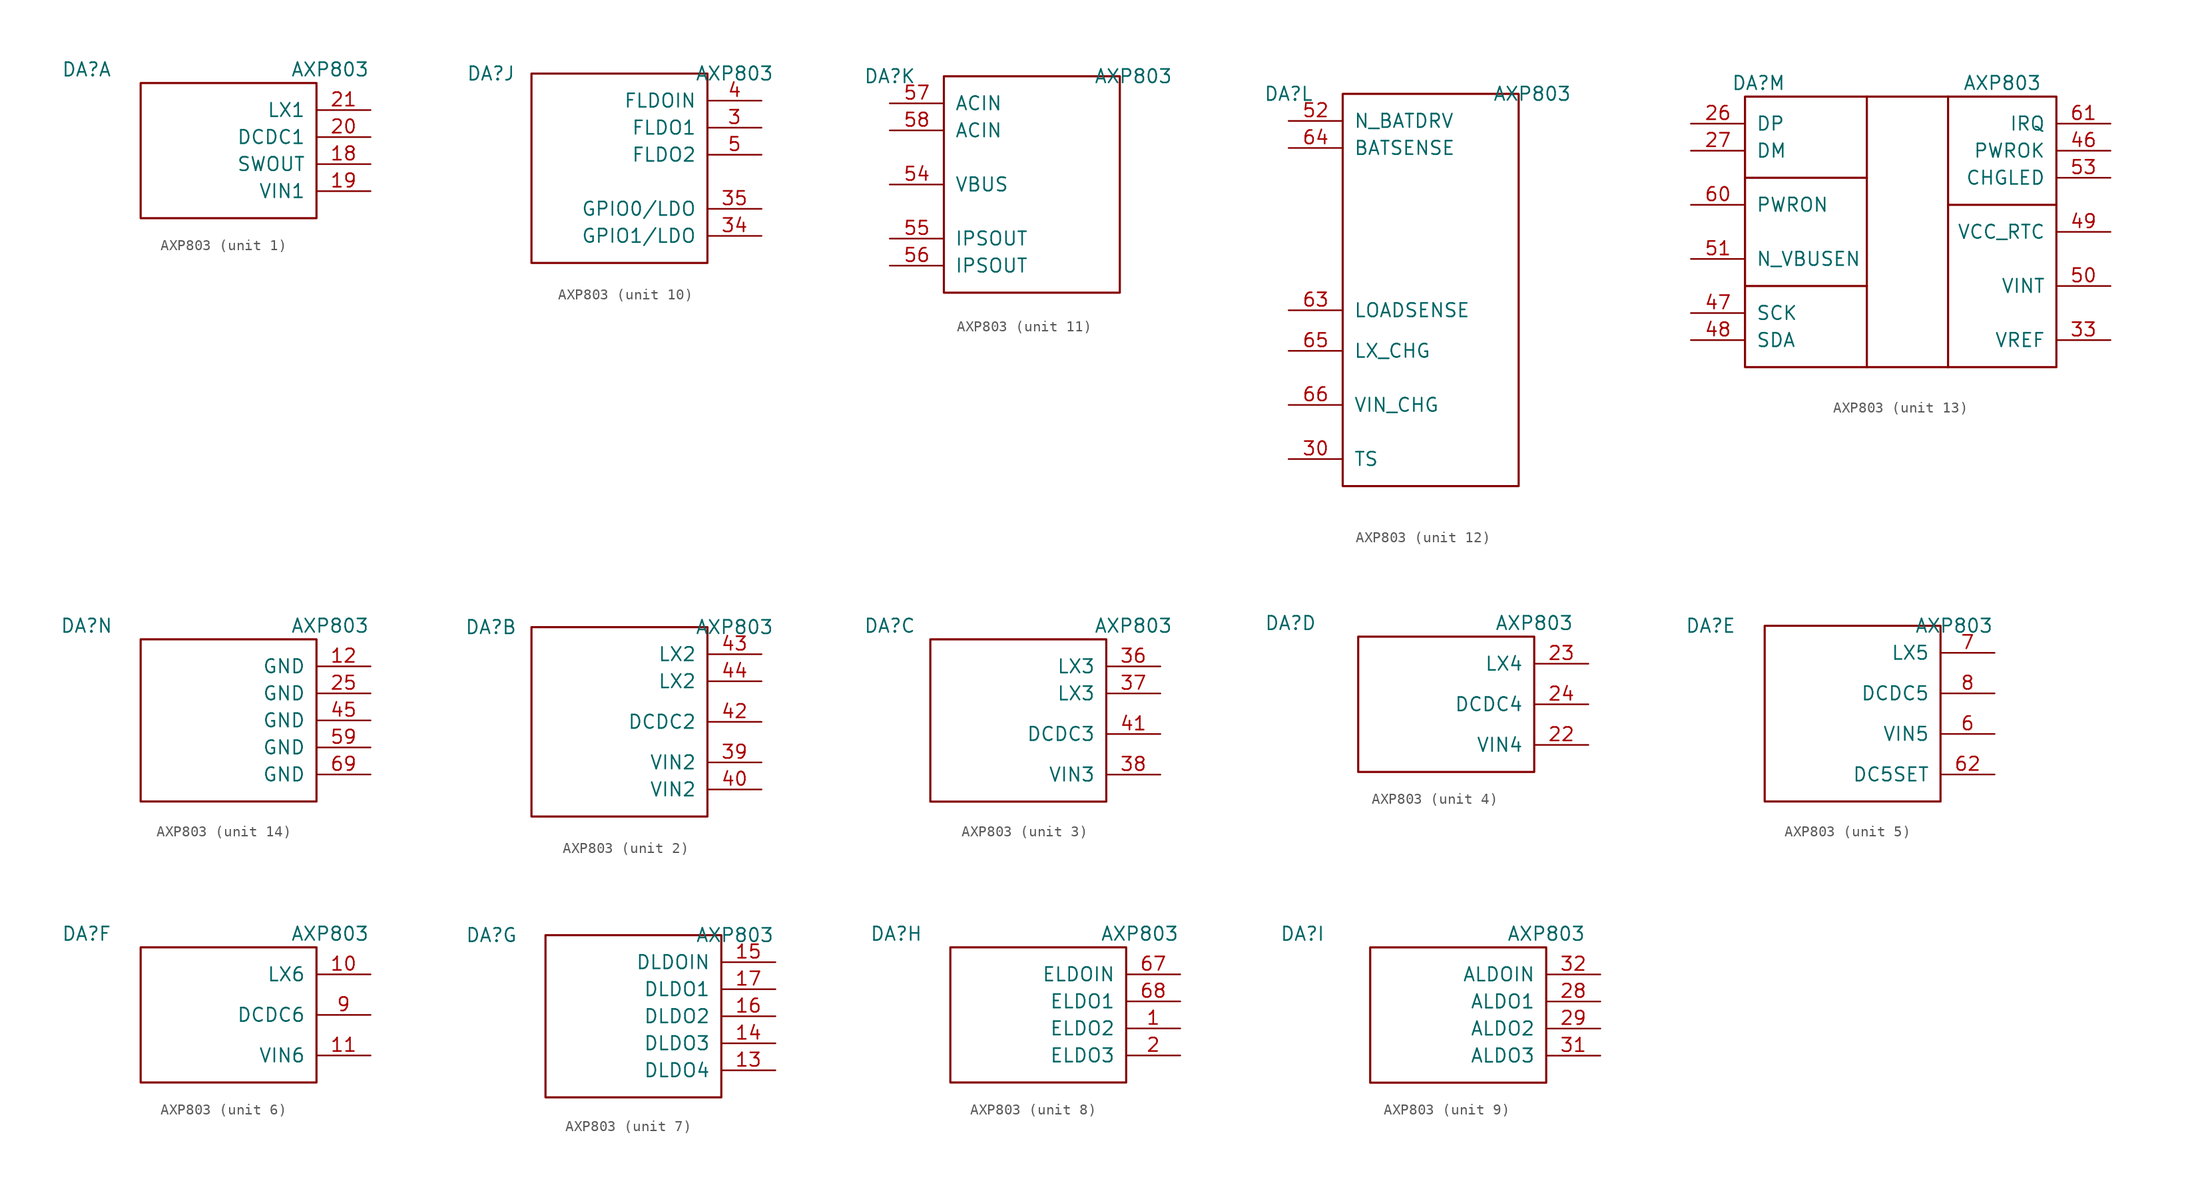
<source format=kicad_sym>
(kicad_symbol_lib
  (version 20231120)
  (generator "kicad_symbol_editor")
  (generator_version "8.0")
  (symbol "AXP803"
    (pin_names
      (offset 1.016))
    (property "Reference" "DA"
      (at -12.7 7.62 0)
      (effects (font (size 1.27 1.27))))
    (property "Value" "AXP803"
      (at 10.16 7.62 0)
      (effects (font (size 1.27 1.27))))
    (property "ki_locked" ""
      (at 0 0 0)
      (effects (font (size 1.27 1.27))))
    (symbol "AXP803_1_1"
      (rectangle (start -7.62 6.35) (end 8.89 -6.35) (stroke (width 0.2) (type default)) (fill (type none)))
      (pin passive line (at 13.97 -1.27 180) (length 5.08) (name "SWOUT" (effects (font (size 1.27 1.27)))) (number "18" (effects (font (size 1.27 1.27)))))
      (pin passive line (at 13.97 -3.81 180) (length 5.08) (name "VIN1" (effects (font (size 1.27 1.27)))) (number "19" (effects (font (size 1.27 1.27)))))
      (pin passive line (at 13.97 1.27 180) (length 5.08) (name "DCDC1" (effects (font (size 1.27 1.27)))) (number "20" (effects (font (size 1.27 1.27)))))
      (pin passive line (at 13.97 3.81 180) (length 5.08) (name "LX1" (effects (font (size 1.27 1.27)))) (number "21" (effects (font (size 1.27 1.27))))))
    (symbol "AXP803_2_1"
      (rectangle (start 7.62 7.62) (end -8.89 -10.16) (stroke (width 0.2) (type default)) (fill (type none)))
      (pin passive line (at 12.7 -5.08 180) (length 5.08) (name "VIN2" (effects (font (size 1.27 1.27)))) (number "39" (effects (font (size 1.27 1.27)))))
      (pin passive line (at 12.7 -7.62 180) (length 5.08) (name "VIN2" (effects (font (size 1.27 1.27)))) (number "40" (effects (font (size 1.27 1.27)))))
      (pin passive line (at 12.7 -1.27 180) (length 5.08) (name "DCDC2" (effects (font (size 1.27 1.27)))) (number "42" (effects (font (size 1.27 1.27)))))
      (pin passive line (at 12.7 5.08 180) (length 5.08) (name "LX2" (effects (font (size 1.27 1.27)))) (number "43" (effects (font (size 1.27 1.27)))))
      (pin passive line (at 12.7 2.54 180) (length 5.08) (name "LX2" (effects (font (size 1.27 1.27)))) (number "44" (effects (font (size 1.27 1.27))))))
    (symbol "AXP803_3_1"
      (rectangle (start -8.89 6.35) (end 7.62 -8.89) (stroke (width 0.2) (type default)) (fill (type none)))
      (pin passive line (at 12.7 3.81 180) (length 5.08) (name "LX3" (effects (font (size 1.27 1.27)))) (number "36" (effects (font (size 1.27 1.27)))))
      (pin passive line (at 12.7 1.27 180) (length 5.08) (name "LX3" (effects (font (size 1.27 1.27)))) (number "37" (effects (font (size 1.27 1.27)))))
      (pin passive line (at 12.7 -6.35 180) (length 5.08) (name "VIN3" (effects (font (size 1.27 1.27)))) (number "38" (effects (font (size 1.27 1.27)))))
      (pin passive line (at 12.7 -2.54 180) (length 5.08) (name "DCDC3" (effects (font (size 1.27 1.27)))) (number "41" (effects (font (size 1.27 1.27))))))
    (symbol "AXP803_4_1"
      (rectangle (start -6.35 6.35) (end 10.16 -6.35) (stroke (width 0.2) (type default)) (fill (type none)))
      (pin passive line (at 15.24 -3.81 180) (length 5.08) (name "VIN4" (effects (font (size 1.27 1.27)))) (number "22" (effects (font (size 1.27 1.27)))))
      (pin passive line (at 15.24 3.81 180) (length 5.08) (name "LX4" (effects (font (size 1.27 1.27)))) (number "23" (effects (font (size 1.27 1.27)))))
      (pin passive line (at 15.24 0 180) (length 5.08) (name "DCDC4" (effects (font (size 1.27 1.27)))) (number "24" (effects (font (size 1.27 1.27))))))
    (symbol "AXP803_5_1"
      (rectangle (start 8.89 7.62) (end -7.62 -8.89) (stroke (width 0.2) (type default)) (fill (type none)))
      (pin passive line (at 13.97 -2.54 180) (length 5.08) (name "VIN5" (effects (font (size 1.27 1.27)))) (number "6" (effects (font (size 1.27 1.27)))))
      (pin passive line (at 13.97 -6.35 180) (length 5.08) (name "DC5SET" (effects (font (size 1.27 1.27)))) (number "62" (effects (font (size 1.27 1.27)))))
      (pin passive line (at 13.97 5.08 180) (length 5.08) (name "LX5" (effects (font (size 1.27 1.27)))) (number "7" (effects (font (size 1.27 1.27)))))
      (pin passive line (at 13.97 1.27 180) (length 5.08) (name "DCDC5" (effects (font (size 1.27 1.27)))) (number "8" (effects (font (size 1.27 1.27))))))
    (symbol "AXP803_6_1"
      (rectangle (start 8.89 6.35) (end -7.62 -6.35) (stroke (width 0.2) (type default)) (fill (type none)))
      (pin passive line (at 13.97 3.81 180) (length 5.08) (name "LX6" (effects (font (size 1.27 1.27)))) (number "10" (effects (font (size 1.27 1.27)))))
      (pin passive line (at 13.97 -3.81 180) (length 5.08) (name "VIN6" (effects (font (size 1.27 1.27)))) (number "11" (effects (font (size 1.27 1.27)))))
      (pin passive line (at 13.97 0 180) (length 5.08) (name "DCDC6" (effects (font (size 1.27 1.27)))) (number "9" (effects (font (size 1.27 1.27))))))
    (symbol "AXP803_7_1"
      (rectangle (start -7.62 7.62) (end 8.89 -7.62) (stroke (width 0.2) (type default)) (fill (type none)))
      (pin passive line (at 13.97 -5.08 180) (length 5.08) (name "DLDO4" (effects (font (size 1.27 1.27)))) (number "13" (effects (font (size 1.27 1.27)))))
      (pin passive line (at 13.97 -2.54 180) (length 5.08) (name "DLDO3" (effects (font (size 1.27 1.27)))) (number "14" (effects (font (size 1.27 1.27)))))
      (pin passive line (at 13.97 5.08 180) (length 5.08) (name "DLDOIN" (effects (font (size 1.27 1.27)))) (number "15" (effects (font (size 1.27 1.27)))))
      (pin passive line (at 13.97 0 180) (length 5.08) (name "DLDO2" (effects (font (size 1.27 1.27)))) (number "16" (effects (font (size 1.27 1.27)))))
      (pin passive line (at 13.97 2.54 180) (length 5.08) (name "DLDO1" (effects (font (size 1.27 1.27)))) (number "17" (effects (font (size 1.27 1.27))))))
    (symbol "AXP803_8_1"
      (rectangle (start 8.89 6.35) (end -7.62 -6.35) (stroke (width 0.2) (type default)) (fill (type none)))
      (pin passive line (at 13.97 -1.27 180) (length 5.08) (name "ELDO2" (effects (font (size 1.27 1.27)))) (number "1" (effects (font (size 1.27 1.27)))))
      (pin passive line (at 13.97 -3.81 180) (length 5.08) (name "ELDO3" (effects (font (size 1.27 1.27)))) (number "2" (effects (font (size 1.27 1.27)))))
      (pin passive line (at 13.97 3.81 180) (length 5.08) (name "ELDOIN" (effects (font (size 1.27 1.27)))) (number "67" (effects (font (size 1.27 1.27)))))
      (pin passive line (at 13.97 1.27 180) (length 5.08) (name "ELDO1" (effects (font (size 1.27 1.27)))) (number "68" (effects (font (size 1.27 1.27))))))
    (symbol "AXP803_9_1"
      (rectangle (start -6.35 6.35) (end 10.16 -6.35) (stroke (width 0.2) (type default)) (fill (type none)))
      (pin passive line (at 15.24 1.27 180) (length 5.08) (name "ALDO1" (effects (font (size 1.27 1.27)))) (number "28" (effects (font (size 1.27 1.27)))))
      (pin passive line (at 15.24 -1.27 180) (length 5.08) (name "ALDO2" (effects (font (size 1.27 1.27)))) (number "29" (effects (font (size 1.27 1.27)))))
      (pin passive line (at 15.24 -3.81 180) (length 5.08) (name "ALDO3" (effects (font (size 1.27 1.27)))) (number "31" (effects (font (size 1.27 1.27)))))
      (pin passive line (at 15.24 3.81 180) (length 5.08) (name "ALDOIN" (effects (font (size 1.27 1.27)))) (number "32" (effects (font (size 1.27 1.27))))))
    (symbol "AXP803_10_1"
      (rectangle (start -8.89 7.62) (end 7.62 -10.16) (stroke (width 0.2) (type default)) (fill (type none)))
      (pin passive line (at 12.7 2.54 180) (length 5.08) (name "FLDO1" (effects (font (size 1.27 1.27)))) (number "3" (effects (font (size 1.27 1.27)))))
      (pin passive line (at 12.7 -7.62 180) (length 5.08) (name "GPIO1/LDO" (effects (font (size 1.27 1.27)))) (number "34" (effects (font (size 1.27 1.27)))))
      (pin passive line (at 12.7 -5.08 180) (length 5.08) (name "GPIO0/LDO" (effects (font (size 1.27 1.27)))) (number "35" (effects (font (size 1.27 1.27)))))
      (pin passive line (at 12.7 5.08 180) (length 5.08) (name "FLDOIN" (effects (font (size 1.27 1.27)))) (number "4" (effects (font (size 1.27 1.27)))))
      (pin passive line (at 12.7 0 180) (length 5.08) (name "FLDO2" (effects (font (size 1.27 1.27)))) (number "5" (effects (font (size 1.27 1.27))))))
    (symbol "AXP803_11_1"
      (rectangle (start -7.62 7.62) (end 8.89 -12.7) (stroke (width 0.2) (type default)) (fill (type none)))
      (pin passive line (at -12.7 -2.54 0) (length 5.08) (name "VBUS" (effects (font (size 1.27 1.27)))) (number "54" (effects (font (size 1.27 1.27)))))
      (pin passive line (at -12.7 -7.62 0) (length 5.08) (name "IPSOUT" (effects (font (size 1.27 1.27)))) (number "55" (effects (font (size 1.27 1.27)))))
      (pin passive line (at -12.7 -10.16 0) (length 5.08) (name "IPSOUT" (effects (font (size 1.27 1.27)))) (number "56" (effects (font (size 1.27 1.27)))))
      (pin passive line (at -12.7 5.08 0) (length 5.08) (name "ACIN" (effects (font (size 1.27 1.27)))) (number "57" (effects (font (size 1.27 1.27)))))
      (pin passive line (at -12.7 2.54 0) (length 5.08) (name "ACIN" (effects (font (size 1.27 1.27)))) (number "58" (effects (font (size 1.27 1.27))))))
    (symbol "AXP803_12_1"
      (rectangle (start -7.62 7.62) (end 8.89 -29.21) (stroke (width 0.2) (type default)) (fill (type none)))
      (pin passive line (at -12.7 -26.67 0) (length 5.08) (name "TS" (effects (font (size 1.27 1.27)))) (number "30" (effects (font (size 1.27 1.27)))))
      (pin passive line (at -12.7 5.08 0) (length 5.08) (name "N_BATDRV" (effects (font (size 1.27 1.27)))) (number "52" (effects (font (size 1.27 1.27)))))
      (pin passive line (at -12.7 -12.7 0) (length 5.08) (name "LOADSENSE" (effects (font (size 1.27 1.27)))) (number "63" (effects (font (size 1.27 1.27)))))
      (pin passive line (at -12.7 2.54 0) (length 5.08) (name "BATSENSE" (effects (font (size 1.27 1.27)))) (number "64" (effects (font (size 1.27 1.27)))))
      (pin passive line (at -12.7 -16.51 0) (length 5.08) (name "LX_CHG" (effects (font (size 1.27 1.27)))) (number "65" (effects (font (size 1.27 1.27)))))
      (pin passive line (at -12.7 -21.59 0) (length 5.08) (name "VIN_CHG" (effects (font (size 1.27 1.27)))) (number "66" (effects (font (size 1.27 1.27))))))
    (symbol "AXP803_13_1"
      (rectangle (start -13.97 6.35) (end 15.24 -19.05) (stroke (width 0.2) (type default)) (fill (type none)))
      (polyline (pts (xy -13.97 -11.43) (xy -2.54 -11.43)) (stroke (width 0.2) (type default)) (fill (type none)))
      (polyline (pts (xy -13.97 -1.27) (xy -2.54 -1.27)) (stroke (width 0.2) (type default)) (fill (type none)))
      (polyline (pts (xy -2.54 6.35) (xy -2.54 -19.05)) (stroke (width 0.2) (type default)) (fill (type none)))
      (polyline (pts (xy 5.08 -3.81) (xy 15.24 -3.81)) (stroke (width 0.2) (type default)) (fill (type none)))
      (polyline (pts (xy 5.08 6.35) (xy 5.08 -19.05)) (stroke (width 0.2) (type default)) (fill (type none)))
      (pin passive line (at -19.05 3.81 0) (length 5.08) (name "DP" (effects (font (size 1.27 1.27)))) (number "26" (effects (font (size 1.27 1.27)))))
      (pin passive line (at -19.05 1.27 0) (length 5.08) (name "DM" (effects (font (size 1.27 1.27)))) (number "27" (effects (font (size 1.27 1.27)))))
      (pin passive line (at 20.32 -16.51 180) (length 5.08) (name "VREF" (effects (font (size 1.27 1.27)))) (number "33" (effects (font (size 1.27 1.27)))))
      (pin passive line (at 20.32 1.27 180) (length 5.08) (name "PWROK" (effects (font (size 1.27 1.27)))) (number "46" (effects (font (size 1.27 1.27)))))
      (pin passive line (at -19.05 -13.97 0) (length 5.08) (name "SCK" (effects (font (size 1.27 1.27)))) (number "47" (effects (font (size 1.27 1.27)))))
      (pin passive line (at -19.05 -16.51 0) (length 5.08) (name "SDA" (effects (font (size 1.27 1.27)))) (number "48" (effects (font (size 1.27 1.27)))))
      (pin passive line (at 20.32 -6.35 180) (length 5.08) (name "VCC_RTC" (effects (font (size 1.27 1.27)))) (number "49" (effects (font (size 1.27 1.27)))))
      (pin passive line (at 20.32 -11.43 180) (length 5.08) (name "VINT" (effects (font (size 1.27 1.27)))) (number "50" (effects (font (size 1.27 1.27)))))
      (pin passive line (at -19.05 -8.89 0) (length 5.08) (name "N_VBUSEN" (effects (font (size 1.27 1.27)))) (number "51" (effects (font (size 1.27 1.27)))))
      (pin passive line (at 20.32 -1.27 180) (length 5.08) (name "CHGLED" (effects (font (size 1.27 1.27)))) (number "53" (effects (font (size 1.27 1.27)))))
      (pin passive line (at -19.05 -3.81 0) (length 5.08) (name "PWRON" (effects (font (size 1.27 1.27)))) (number "60" (effects (font (size 1.27 1.27)))))
      (pin passive line (at 20.32 3.81 180) (length 5.08) (name "IRQ" (effects (font (size 1.27 1.27)))) (number "61" (effects (font (size 1.27 1.27))))))
    (symbol "AXP803_14_1"
      (rectangle (start -7.62 6.35) (end 8.89 -8.89) (stroke (width 0.2) (type default)) (fill (type none)))
      (pin passive line (at 13.97 3.81 180) (length 5.08) (name "GND" (effects (font (size 1.27 1.27)))) (number "12" (effects (font (size 1.27 1.27)))))
      (pin passive line (at 13.97 1.27 180) (length 5.08) (name "GND" (effects (font (size 1.27 1.27)))) (number "25" (effects (font (size 1.27 1.27)))))
      (pin passive line (at 13.97 -1.27 180) (length 5.08) (name "GND" (effects (font (size 1.27 1.27)))) (number "45" (effects (font (size 1.27 1.27)))))
      (pin passive line (at 13.97 -3.81 180) (length 5.08) (name "GND" (effects (font (size 1.27 1.27)))) (number "59" (effects (font (size 1.27 1.27)))))
      (pin passive line (at 13.97 -6.35 180) (length 5.08) (name "GND" (effects (font (size 1.27 1.27)))) (number "69" (effects (font (size 1.27 1.27))))))))
</source>
